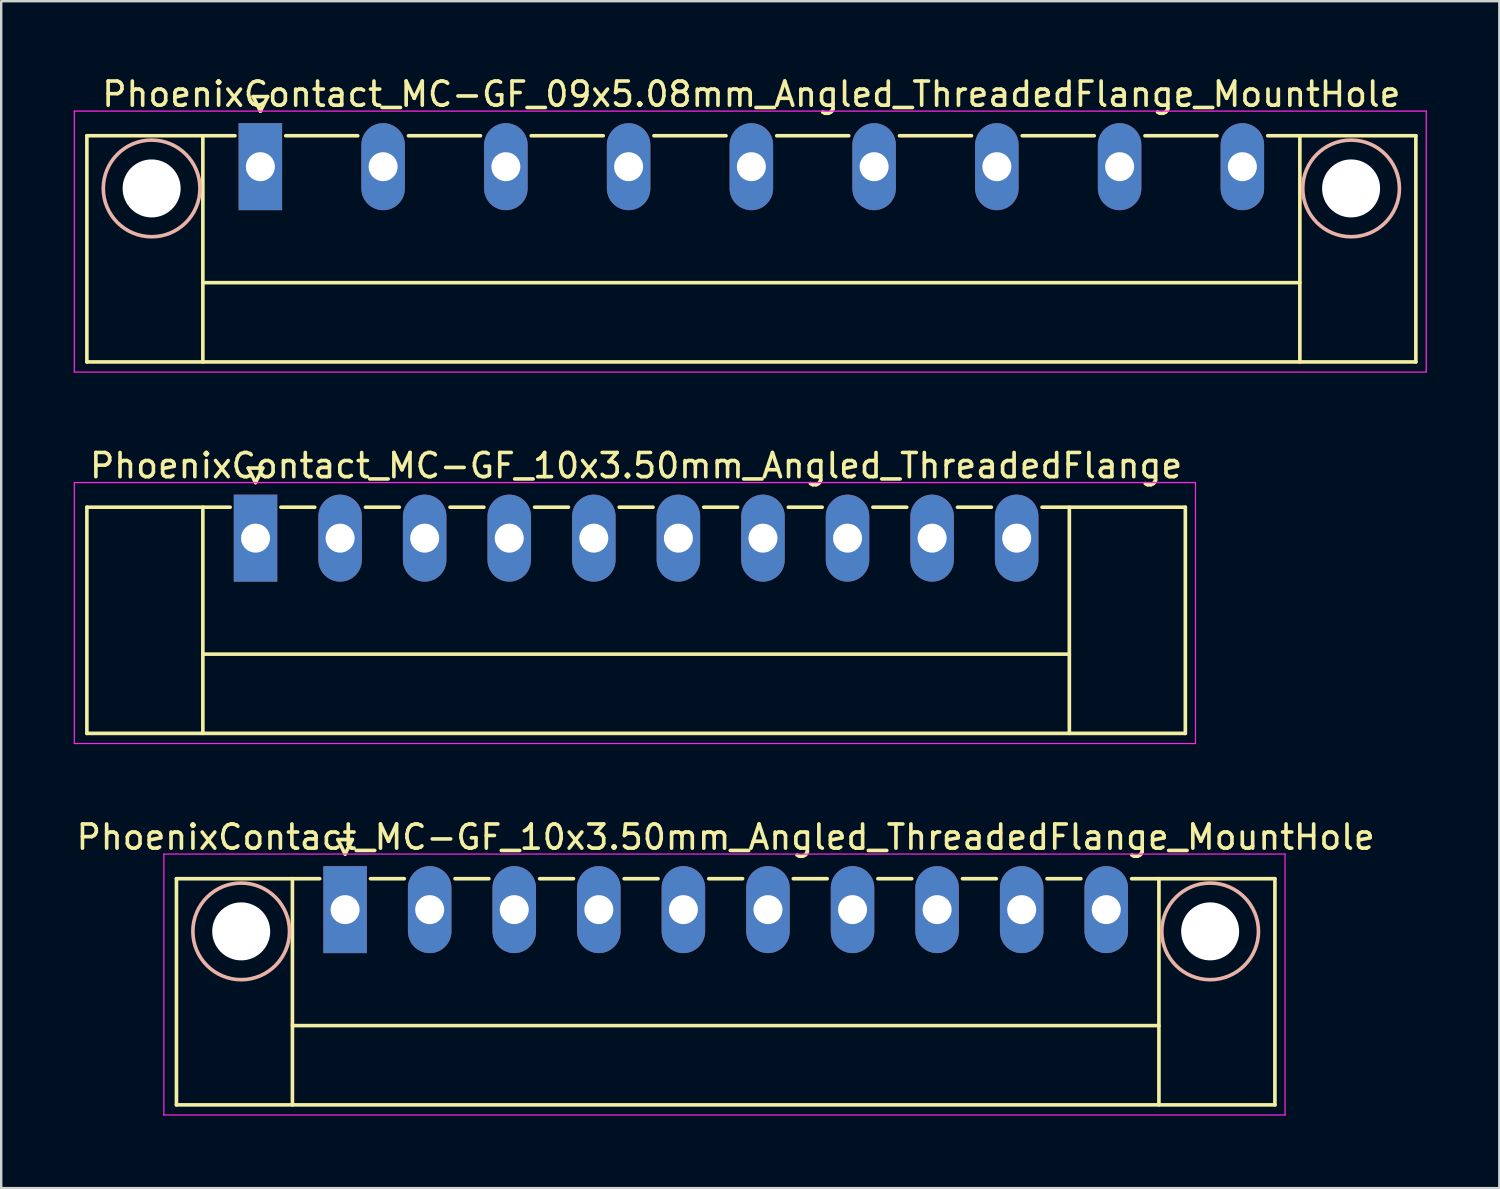
<source format=kicad_pcb>
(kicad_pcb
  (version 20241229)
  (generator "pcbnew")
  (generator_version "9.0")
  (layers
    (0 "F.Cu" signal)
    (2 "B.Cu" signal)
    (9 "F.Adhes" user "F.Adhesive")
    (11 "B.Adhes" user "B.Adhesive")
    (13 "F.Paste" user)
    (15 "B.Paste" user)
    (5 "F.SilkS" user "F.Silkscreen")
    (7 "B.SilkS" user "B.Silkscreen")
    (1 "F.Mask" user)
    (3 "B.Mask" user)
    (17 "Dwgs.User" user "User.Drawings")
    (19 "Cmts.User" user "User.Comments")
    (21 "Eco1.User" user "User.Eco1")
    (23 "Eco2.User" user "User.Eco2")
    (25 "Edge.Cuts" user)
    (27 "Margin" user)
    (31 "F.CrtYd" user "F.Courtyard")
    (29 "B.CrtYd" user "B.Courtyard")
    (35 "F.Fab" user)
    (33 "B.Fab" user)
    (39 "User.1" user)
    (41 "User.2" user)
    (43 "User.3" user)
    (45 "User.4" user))
  (footprint "PhoenixContact_MC-GF_09x5.08mm_Angled_ThreadedFlange_MountHole"
    (layer "F.Cu")
    (at 7.725 3.848)
    (property "Reference" "PhoenixContact_MC-GF_09x5.08mm_Angled_ThreadedFlange_MountHole" (at 20.32 -3 0) (layer "F.SilkS") (effects (font (size 1 1) (thickness 0.15))))
    (attr through_hole)
    (fp_line (start -7.18 -1.28) (end -7.18 8.08) (stroke (width 0.15) (type solid)) (layer "F.SilkS"))
    (fp_line (start -7.18 -1.28) (end -1.05 -1.28) (stroke (width 0.15) (type solid)) (layer "F.SilkS"))
    (fp_line (start -7.18 8.08) (end 47.82 8.08) (stroke (width 0.15) (type solid)) (layer "F.SilkS"))
    (fp_line (start -2.38 -1.28) (end -2.38 8.08) (stroke (width 0.15) (type solid)) (layer "F.SilkS"))
    (fp_line (start -2.38 4.8) (end 43.02 4.8) (stroke (width 0.15) (type solid)) (layer "F.SilkS"))
    (fp_line (start -0.3 -2.9) (end 0 -2.3) (stroke (width 0.15) (type solid)) (layer "F.SilkS"))
    (fp_line (start 0 -2.3) (end 0.3 -2.9) (stroke (width 0.15) (type solid)) (layer "F.SilkS"))
    (fp_line (start 0.3 -2.9) (end -0.3 -2.9) (stroke (width 0.15) (type solid)) (layer "F.SilkS"))
    (fp_line (start 1.05 -1.28) (end 4.03 -1.28) (stroke (width 0.15) (type solid)) (layer "F.SilkS"))
    (fp_line (start 6.13 -1.28) (end 9.11 -1.28) (stroke (width 0.15) (type solid)) (layer "F.SilkS"))
    (fp_line (start 11.21 -1.28) (end 14.19 -1.28) (stroke (width 0.15) (type solid)) (layer "F.SilkS"))
    (fp_line (start 16.29 -1.28) (end 19.27 -1.28) (stroke (width 0.15) (type solid)) (layer "F.SilkS"))
    (fp_line (start 21.37 -1.28) (end 24.35 -1.28) (stroke (width 0.15) (type solid)) (layer "F.SilkS"))
    (fp_line (start 26.45 -1.28) (end 29.43 -1.28) (stroke (width 0.15) (type solid)) (layer "F.SilkS"))
    (fp_line (start 31.53 -1.28) (end 34.51 -1.28) (stroke (width 0.15) (type solid)) (layer "F.SilkS"))
    (fp_line (start 36.61 -1.28) (end 39.59 -1.28) (stroke (width 0.15) (type solid)) (layer "F.SilkS"))
    (fp_line (start 43.02 -1.28) (end 43.02 8.08) (stroke (width 0.15) (type solid)) (layer "F.SilkS"))
    (fp_line (start 47.82 -1.28) (end 41.69 -1.28) (stroke (width 0.15) (type solid)) (layer "F.SilkS"))
    (fp_line (start 47.82 8.08) (end 47.82 -1.28) (stroke (width 0.15) (type solid)) (layer "F.SilkS"))
    (fp_circle (center -4.5 0.9) (end -2.5 0.9) (stroke (width 0.15) (type solid)) (fill no) (layer "B.SilkS"))
    (fp_circle (center 45.14 0.9) (end 47.14 0.9) (stroke (width 0.15) (type solid)) (fill no) (layer "B.SilkS"))
    (fp_line (start -7.7 -2.3) (end -7.7 8.5) (stroke (width 0.05) (type solid)) (layer "F.CrtYd"))
    (fp_line (start -7.7 8.5) (end 48.25 8.5) (stroke (width 0.05) (type solid)) (layer "F.CrtYd"))
    (fp_line (start 48.25 -2.3) (end -7.7 -2.3) (stroke (width 0.05) (type solid)) (layer "F.CrtYd"))
    (fp_line (start 48.25 8.5) (end 48.25 -2.3) (stroke (width 0.05) (type solid)) (layer "F.CrtYd"))
    (pad "" np_thru_hole circle (at -4.5 0.9) (size 2.4 2.4) (drill 2.4) (layers "*.Cu" "*.Mask"))
    (pad "" np_thru_hole circle (at 45.14 0.9) (size 2.4 2.4) (drill 2.4) (layers "*.Cu" "*.Mask"))
    (pad "1" thru_hole rect (at 0 0) (size 1.8 3.6) (drill 1.2) (layers "*.Cu" "*.Mask"))
    (pad "2" thru_hole oval (at 5.08 0) (size 1.8 3.6) (drill 1.2) (layers "*.Cu" "*.Mask"))
    (pad "3" thru_hole oval (at 10.16 0) (size 1.8 3.6) (drill 1.2) (layers "*.Cu" "*.Mask"))
    (pad "4" thru_hole oval (at 15.24 0) (size 1.8 3.6) (drill 1.2) (layers "*.Cu" "*.Mask"))
    (pad "5" thru_hole oval (at 20.32 0) (size 1.8 3.6) (drill 1.2) (layers "*.Cu" "*.Mask"))
    (pad "6" thru_hole oval (at 25.4 0) (size 1.8 3.6) (drill 1.2) (layers "*.Cu" "*.Mask"))
    (pad "7" thru_hole oval (at 30.48 0) (size 1.8 3.6) (drill 1.2) (layers "*.Cu" "*.Mask"))
    (pad "8" thru_hole oval (at 35.56 0) (size 1.8 3.6) (drill 1.2) (layers "*.Cu" "*.Mask"))
    (pad "9" thru_hole oval (at 40.64 0) (size 1.8 3.6) (drill 1.2) (layers "*.Cu" "*.Mask")))
  (footprint "PhoenixContact_MC-GF_10x3.50mm_Angled_ThreadedFlange"
    (layer "F.Cu")
    (at 7.525 19.221)
    (property "Reference" "PhoenixContact_MC-GF_10x3.50mm_Angled_ThreadedFlange" (at 15.75 -3 0) (layer "F.SilkS") (effects (font (size 1 1) (thickness 0.15))))
    (attr through_hole)
    (fp_line (start -6.98 -1.28) (end -6.98 8.08) (stroke (width 0.15) (type solid)) (layer "F.SilkS"))
    (fp_line (start -6.98 -1.28) (end -1.05 -1.28) (stroke (width 0.15) (type solid)) (layer "F.SilkS"))
    (fp_line (start -6.98 8.08) (end 38.48 8.08) (stroke (width 0.15) (type solid)) (layer "F.SilkS"))
    (fp_line (start -2.18 -1.28) (end -2.18 8.08) (stroke (width 0.15) (type solid)) (layer "F.SilkS"))
    (fp_line (start -2.18 4.8) (end 33.68 4.8) (stroke (width 0.15) (type solid)) (layer "F.SilkS"))
    (fp_line (start -0.3 -2.9) (end 0 -2.3) (stroke (width 0.15) (type solid)) (layer "F.SilkS"))
    (fp_line (start 0 -2.3) (end 0.3 -2.9) (stroke (width 0.15) (type solid)) (layer "F.SilkS"))
    (fp_line (start 0.3 -2.9) (end -0.3 -2.9) (stroke (width 0.15) (type solid)) (layer "F.SilkS"))
    (fp_line (start 1.05 -1.28) (end 2.45 -1.28) (stroke (width 0.15) (type solid)) (layer "F.SilkS"))
    (fp_line (start 4.55 -1.28) (end 5.95 -1.28) (stroke (width 0.15) (type solid)) (layer "F.SilkS"))
    (fp_line (start 8.05 -1.28) (end 9.45 -1.28) (stroke (width 0.15) (type solid)) (layer "F.SilkS"))
    (fp_line (start 11.55 -1.28) (end 12.95 -1.28) (stroke (width 0.15) (type solid)) (layer "F.SilkS"))
    (fp_line (start 15.05 -1.28) (end 16.45 -1.28) (stroke (width 0.15) (type solid)) (layer "F.SilkS"))
    (fp_line (start 18.55 -1.28) (end 19.95 -1.28) (stroke (width 0.15) (type solid)) (layer "F.SilkS"))
    (fp_line (start 22.05 -1.28) (end 23.45 -1.28) (stroke (width 0.15) (type solid)) (layer "F.SilkS"))
    (fp_line (start 25.55 -1.28) (end 26.95 -1.28) (stroke (width 0.15) (type solid)) (layer "F.SilkS"))
    (fp_line (start 29.05 -1.28) (end 30.45 -1.28) (stroke (width 0.15) (type solid)) (layer "F.SilkS"))
    (fp_line (start 33.68 -1.28) (end 33.68 8.08) (stroke (width 0.15) (type solid)) (layer "F.SilkS"))
    (fp_line (start 38.48 -1.28) (end 32.55 -1.28) (stroke (width 0.15) (type solid)) (layer "F.SilkS"))
    (fp_line (start 38.48 8.08) (end 38.48 -1.28) (stroke (width 0.15) (type solid)) (layer "F.SilkS"))
    (fp_line (start -7.5 -2.3) (end -7.5 8.5) (stroke (width 0.05) (type solid)) (layer "F.CrtYd"))
    (fp_line (start -7.5 8.5) (end 38.9 8.5) (stroke (width 0.05) (type solid)) (layer "F.CrtYd"))
    (fp_line (start 38.9 -2.3) (end -7.5 -2.3) (stroke (width 0.05) (type solid)) (layer "F.CrtYd"))
    (fp_line (start 38.9 8.5) (end 38.9 -2.3) (stroke (width 0.05) (type solid)) (layer "F.CrtYd"))
    (pad "1" thru_hole rect (at 0 0) (size 1.8 3.6) (drill 1.2) (layers "*.Cu" "*.Mask"))
    (pad "2" thru_hole oval (at 3.5 0) (size 1.8 3.6) (drill 1.2) (layers "*.Cu" "*.Mask"))
    (pad "3" thru_hole oval (at 7 0) (size 1.8 3.6) (drill 1.2) (layers "*.Cu" "*.Mask"))
    (pad "4" thru_hole oval (at 10.5 0) (size 1.8 3.6) (drill 1.2) (layers "*.Cu" "*.Mask"))
    (pad "5" thru_hole oval (at 14 0) (size 1.8 3.6) (drill 1.2) (layers "*.Cu" "*.Mask"))
    (pad "6" thru_hole oval (at 17.5 0) (size 1.8 3.6) (drill 1.2) (layers "*.Cu" "*.Mask"))
    (pad "7" thru_hole oval (at 21 0) (size 1.8 3.6) (drill 1.2) (layers "*.Cu" "*.Mask"))
    (pad "8" thru_hole oval (at 24.5 0) (size 1.8 3.6) (drill 1.2) (layers "*.Cu" "*.Mask"))
    (pad "9" thru_hole oval (at 28 0) (size 1.8 3.6) (drill 1.2) (layers "*.Cu" "*.Mask"))
    (pad "10" thru_hole oval (at 31.5 0) (size 1.8 3.6) (drill 1.2) (layers "*.Cu" "*.Mask")))
  (footprint "PhoenixContact_MC-GF_10x3.50mm_Angled_ThreadedFlange_MountHole"
    (layer "F.Cu")
    (at 11.232 34.595)
    (property "Reference" "PhoenixContact_MC-GF_10x3.50mm_Angled_ThreadedFlange_MountHole" (at 15.75 -3 0) (layer "F.SilkS") (effects (font (size 1 1) (thickness 0.15))))
    (attr through_hole)
    (fp_line (start -6.98 -1.28) (end -6.98 8.08) (stroke (width 0.15) (type solid)) (layer "F.SilkS"))
    (fp_line (start -6.98 -1.28) (end -1.05 -1.28) (stroke (width 0.15) (type solid)) (layer "F.SilkS"))
    (fp_line (start -6.98 8.08) (end 38.48 8.08) (stroke (width 0.15) (type solid)) (layer "F.SilkS"))
    (fp_line (start -2.18 -1.28) (end -2.18 8.08) (stroke (width 0.15) (type solid)) (layer "F.SilkS"))
    (fp_line (start -2.18 4.8) (end 33.68 4.8) (stroke (width 0.15) (type solid)) (layer "F.SilkS"))
    (fp_line (start -0.3 -2.9) (end 0 -2.3) (stroke (width 0.15) (type solid)) (layer "F.SilkS"))
    (fp_line (start 0 -2.3) (end 0.3 -2.9) (stroke (width 0.15) (type solid)) (layer "F.SilkS"))
    (fp_line (start 0.3 -2.9) (end -0.3 -2.9) (stroke (width 0.15) (type solid)) (layer "F.SilkS"))
    (fp_line (start 1.05 -1.28) (end 2.45 -1.28) (stroke (width 0.15) (type solid)) (layer "F.SilkS"))
    (fp_line (start 4.55 -1.28) (end 5.95 -1.28) (stroke (width 0.15) (type solid)) (layer "F.SilkS"))
    (fp_line (start 8.05 -1.28) (end 9.45 -1.28) (stroke (width 0.15) (type solid)) (layer "F.SilkS"))
    (fp_line (start 11.55 -1.28) (end 12.95 -1.28) (stroke (width 0.15) (type solid)) (layer "F.SilkS"))
    (fp_line (start 15.05 -1.28) (end 16.45 -1.28) (stroke (width 0.15) (type solid)) (layer "F.SilkS"))
    (fp_line (start 18.55 -1.28) (end 19.95 -1.28) (stroke (width 0.15) (type solid)) (layer "F.SilkS"))
    (fp_line (start 22.05 -1.28) (end 23.45 -1.28) (stroke (width 0.15) (type solid)) (layer "F.SilkS"))
    (fp_line (start 25.55 -1.28) (end 26.95 -1.28) (stroke (width 0.15) (type solid)) (layer "F.SilkS"))
    (fp_line (start 29.05 -1.28) (end 30.45 -1.28) (stroke (width 0.15) (type solid)) (layer "F.SilkS"))
    (fp_line (start 33.68 -1.28) (end 33.68 8.08) (stroke (width 0.15) (type solid)) (layer "F.SilkS"))
    (fp_line (start 38.48 -1.28) (end 32.55 -1.28) (stroke (width 0.15) (type solid)) (layer "F.SilkS"))
    (fp_line (start 38.48 8.08) (end 38.48 -1.28) (stroke (width 0.15) (type solid)) (layer "F.SilkS"))
    (fp_circle (center -4.3 0.9) (end -2.3 0.9) (stroke (width 0.15) (type solid)) (fill no) (layer "B.SilkS"))
    (fp_circle (center 35.8 0.9) (end 37.8 0.9) (stroke (width 0.15) (type solid)) (fill no) (layer "B.SilkS"))
    (fp_line (start -7.5 -2.3) (end -7.5 8.5) (stroke (width 0.05) (type solid)) (layer "F.CrtYd"))
    (fp_line (start -7.5 8.5) (end 38.9 8.5) (stroke (width 0.05) (type solid)) (layer "F.CrtYd"))
    (fp_line (start 38.9 -2.3) (end -7.5 -2.3) (stroke (width 0.05) (type solid)) (layer "F.CrtYd"))
    (fp_line (start 38.9 8.5) (end 38.9 -2.3) (stroke (width 0.05) (type solid)) (layer "F.CrtYd"))
    (pad "" np_thru_hole circle (at -4.3 0.9) (size 2.4 2.4) (drill 2.4) (layers "*.Cu" "*.Mask"))
    (pad "" np_thru_hole circle (at 35.8 0.9) (size 2.4 2.4) (drill 2.4) (layers "*.Cu" "*.Mask"))
    (pad "1" thru_hole rect (at 0 0) (size 1.8 3.6) (drill 1.2) (layers "*.Cu" "*.Mask"))
    (pad "2" thru_hole oval (at 3.5 0) (size 1.8 3.6) (drill 1.2) (layers "*.Cu" "*.Mask"))
    (pad "3" thru_hole oval (at 7 0) (size 1.8 3.6) (drill 1.2) (layers "*.Cu" "*.Mask"))
    (pad "4" thru_hole oval (at 10.5 0) (size 1.8 3.6) (drill 1.2) (layers "*.Cu" "*.Mask"))
    (pad "5" thru_hole oval (at 14 0) (size 1.8 3.6) (drill 1.2) (layers "*.Cu" "*.Mask"))
    (pad "6" thru_hole oval (at 17.5 0) (size 1.8 3.6) (drill 1.2) (layers "*.Cu" "*.Mask"))
    (pad "7" thru_hole oval (at 21 0) (size 1.8 3.6) (drill 1.2) (layers "*.Cu" "*.Mask"))
    (pad "8" thru_hole oval (at 24.5 0) (size 1.8 3.6) (drill 1.2) (layers "*.Cu" "*.Mask"))
    (pad "9" thru_hole oval (at 28 0) (size 1.8 3.6) (drill 1.2) (layers "*.Cu" "*.Mask"))
    (pad "10" thru_hole oval (at 31.5 0) (size 1.8 3.6) (drill 1.2) (layers "*.Cu" "*.Mask")))
  (gr_rect
    (start -3 -3)
    (end 59 46.12)
    (stroke (width 0.1) (type default))
    (fill no)
    (layer "Edge.Cuts")))
</source>
